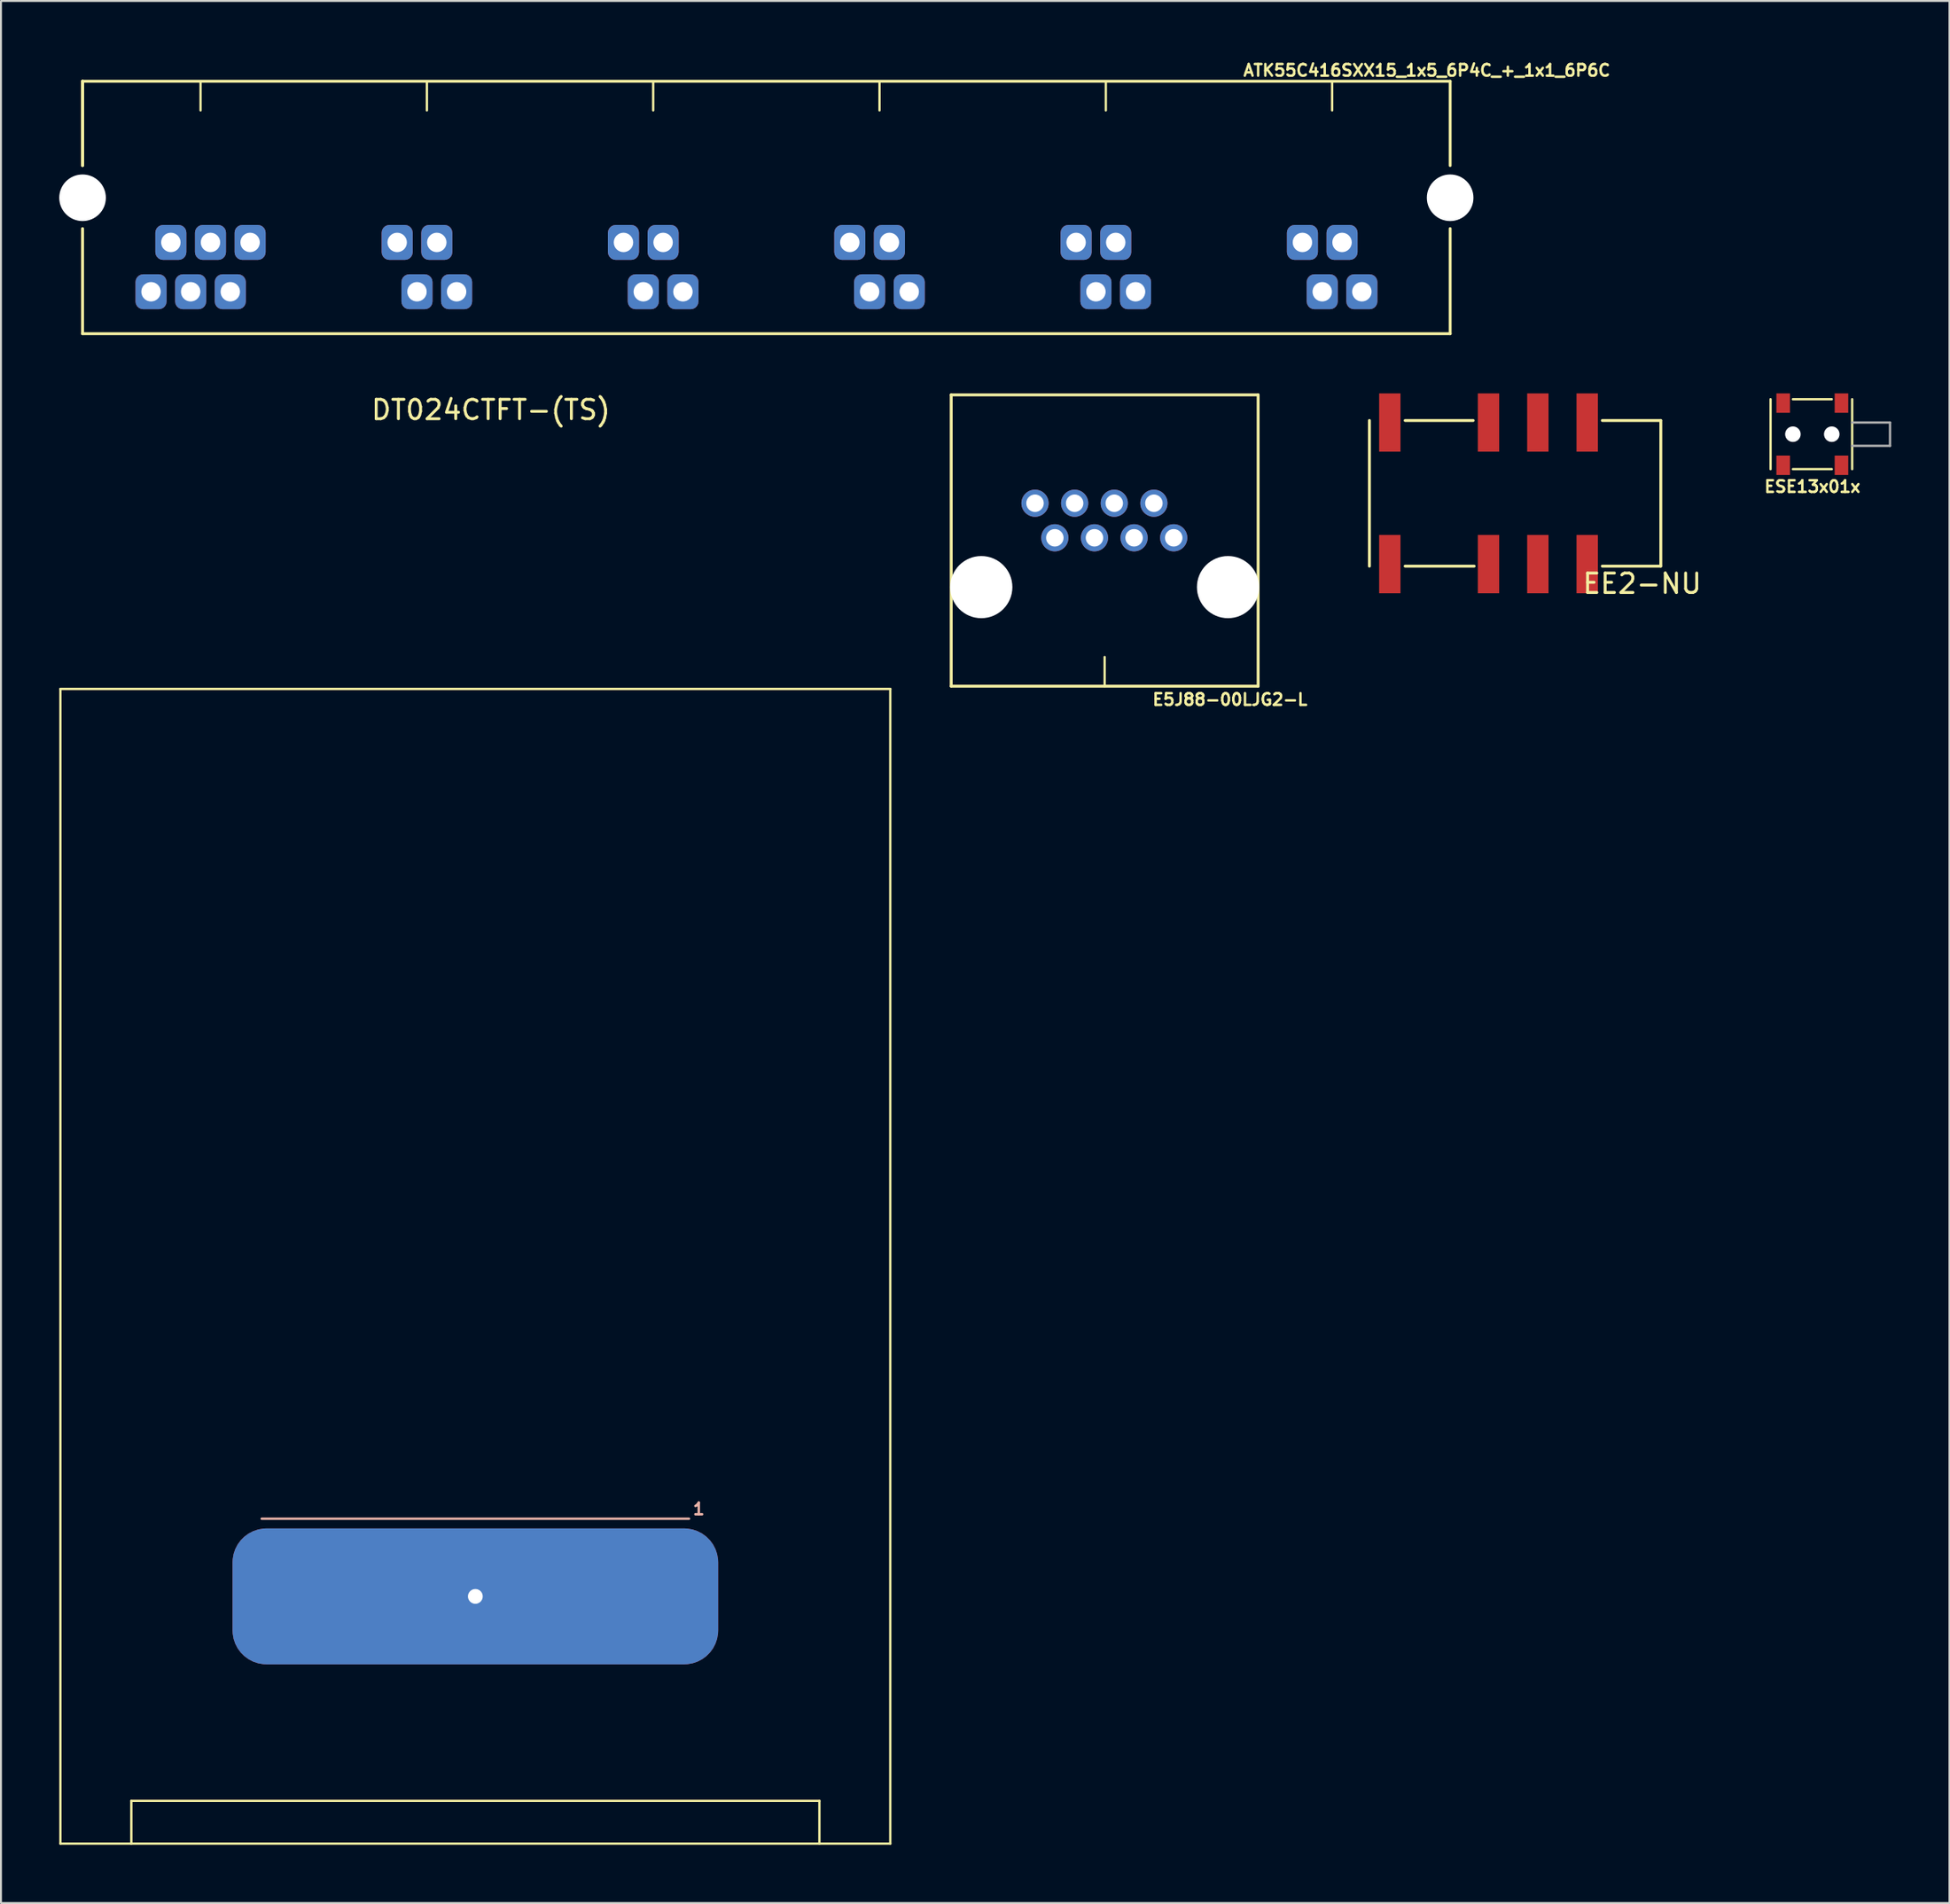
<source format=kicad_pcb>
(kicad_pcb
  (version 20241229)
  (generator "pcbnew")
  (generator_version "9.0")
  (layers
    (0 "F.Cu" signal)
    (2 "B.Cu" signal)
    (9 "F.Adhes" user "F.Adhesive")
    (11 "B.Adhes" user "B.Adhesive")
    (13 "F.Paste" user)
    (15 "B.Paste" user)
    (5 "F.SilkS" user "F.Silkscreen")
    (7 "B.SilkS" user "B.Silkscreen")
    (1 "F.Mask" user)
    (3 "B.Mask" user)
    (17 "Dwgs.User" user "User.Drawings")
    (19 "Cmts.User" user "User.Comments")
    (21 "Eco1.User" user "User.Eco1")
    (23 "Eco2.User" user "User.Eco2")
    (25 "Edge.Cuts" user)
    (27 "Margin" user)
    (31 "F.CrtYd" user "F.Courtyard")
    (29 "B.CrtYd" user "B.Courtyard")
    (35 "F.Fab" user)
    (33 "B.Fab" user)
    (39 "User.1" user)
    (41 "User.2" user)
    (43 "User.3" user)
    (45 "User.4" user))
  (footprint "ESE13x01x"
    (layer "F.Cu")
    (at 90.244 19.309)
    (property "Reference" "ESE13x01x" (at 0 2.7 0) (layer "F.SilkS") (effects (font (size 0.6 0.6) (thickness 0.127))))
    (attr through_hole)
    (fp_line (start -2.15 -1.8) (end -2.15 1.8) (stroke (width 0.12) (type solid)) (layer "F.SilkS"))
    (fp_line (start -1 -1.8) (end 1 -1.8) (stroke (width 0.12) (type solid)) (layer "F.SilkS"))
    (fp_line (start 1 1.8) (end -1 1.8) (stroke (width 0.12) (type solid)) (layer "F.SilkS"))
    (fp_line (start 2.05 1.8) (end 2.05 -1.8) (stroke (width 0.12) (type solid)) (layer "F.SilkS"))
    (fp_line (start 2.05 -0.6) (end 4 -0.6) (stroke (width 0.12) (type solid)) (layer "F.Fab"))
    (fp_line (start 4 -0.6) (end 4 0.6) (stroke (width 0.12) (type solid)) (layer "F.Fab"))
    (fp_line (start 4 0.6) (end 2.05 0.6) (stroke (width 0.12) (type solid)) (layer "F.Fab"))
    (pad "" np_thru_hole circle (at -1 0) (size 0.8 0.8) (drill 0.8) (layers "*.Cu" "*.Mask"))
    (pad "" np_thru_hole circle (at 1 0) (size 0.8 0.8) (drill 0.8) (layers "*.Cu" "*.Mask"))
    (pad "1" smd rect (at -1.5 -1.6) (size 0.7 1) (layers "F.Cu" "F.Mask" "F.Paste"))
    (pad "2" smd rect (at -1.5 1.6) (size 0.7 1) (layers "F.Cu" "F.Mask" "F.Paste"))
    (pad "3" smd rect (at 1.5 -1.6) (size 0.7 1) (layers "F.Cu" "F.Mask" "F.Paste"))
    (pad "4" smd rect (at 1.5 1.6) (size 0.7 1) (layers "F.Cu" "F.Mask" "F.Paste")))
  (footprint "EE2-NU"
    (layer "F.Cu")
    (at 75.534 22.354)
    (property "Reference" "EE2-NU" (at 5.95 4.65 0) (layer "F.SilkS") (effects (font (size 1 1) (thickness 0.15))))
    (attr through_hole)
    (fp_line (start -8.09 -3.75) (end -8.09 3.75) (stroke (width 0.15) (type solid)) (layer "F.SilkS"))
    (fp_line (start -6.25 -3.75) (end -2.75 -3.75) (stroke (width 0.15) (type solid)) (layer "F.SilkS"))
    (fp_line (start -6.25 3.75) (end -2.7 3.75) (stroke (width 0.15) (type solid)) (layer "F.SilkS"))
    (fp_line (start 6.9 -3.75) (end 3.9 -3.75) (stroke (width 0.15) (type solid)) (layer "F.SilkS"))
    (fp_line (start 6.9 3.75) (end 3.9 3.75) (stroke (width 0.15) (type solid)) (layer "F.SilkS"))
    (fp_line (start 6.91 3.75) (end 6.91 -3.75) (stroke (width 0.15) (type solid)) (layer "F.SilkS"))
    (pad "1" smd rect (at -7.04 -3.645) (size 1.1 3) (layers "F.Cu" "F.Mask" "F.Paste"))
    (pad "3" smd rect (at -1.96 -3.645) (size 1.1 3) (layers "F.Cu" "F.Mask" "F.Paste"))
    (pad "4" smd rect (at 0.58 -3.645) (size 1.1 3) (layers "F.Cu" "F.Mask" "F.Paste"))
    (pad "5" smd rect (at 3.12 -3.645) (size 1.1 3) (layers "F.Cu" "F.Mask" "F.Paste"))
    (pad "8" smd rect (at 3.12 3.645) (size 1.1 3) (layers "F.Cu" "F.Mask" "F.Paste"))
    (pad "9" smd rect (at 0.58 3.645) (size 1.1 3) (layers "F.Cu" "F.Mask" "F.Paste"))
    (pad "10" smd rect (at -1.96 3.645) (size 1.1 3) (layers "F.Cu" "F.Mask" "F.Paste"))
    (pad "12" smd rect (at -7.04 3.645) (size 1.1 3) (layers "F.Cu" "F.Mask" "F.Paste")))
  (footprint "E5J88-00LJG2-L"
    (layer "F.Cu")
    (at 53.815 27.184)
    (property "Reference" "E5J88-00LJG2-L" (at 6.452 5.791 0) (layer "F.SilkS") (effects (font (size 0.6 0.6) (thickness 0.127))))
    (attr through_hole)
    (fp_line (start -7.9 -9.9) (end 7.9 -9.9) (stroke (width 0.15) (type solid)) (layer "F.SilkS"))
    (fp_line (start -7.9 5.1) (end -7.9 -9.9) (stroke (width 0.15) (type solid)) (layer "F.SilkS"))
    (fp_line (start -7.9 5.1) (end 7.9 5.1) (stroke (width 0.15) (type solid)) (layer "F.SilkS"))
    (fp_line (start 0 5.1) (end 0 3.6) (stroke (width 0.12) (type solid)) (layer "F.SilkS"))
    (fp_line (start 7.9 -9.9) (end 7.9 5.1) (stroke (width 0.15) (type solid)) (layer "F.SilkS"))
    (pad "" np_thru_hole circle (at -6.35 0) (size 3.2 3.2) (drill 3.2) (layers "*.Cu" "*.Mask"))
    (pad "" np_thru_hole circle (at 6.35 0) (size 3.2 3.2) (drill 3.2) (layers "*.Cu" "*.Mask"))
    (pad "1" thru_hole circle (at 3.555 -2.54) (size 1.4 1.4) (drill 0.9) (layers "*.Cu" "*.Mask"))
    (pad "2" thru_hole circle (at 2.535 -4.32) (size 1.4 1.4) (drill 0.9) (layers "*.Cu" "*.Mask"))
    (pad "3" thru_hole circle (at 1.515 -2.54) (size 1.4 1.4) (drill 0.9) (layers "*.Cu" "*.Mask"))
    (pad "4" thru_hole circle (at 0.495 -4.32) (size 1.4 1.4) (drill 0.9) (layers "*.Cu" "*.Mask"))
    (pad "5" thru_hole circle (at -0.525 -2.54) (size 1.4 1.4) (drill 0.9) (layers "*.Cu" "*.Mask"))
    (pad "6" thru_hole circle (at -1.545 -4.32) (size 1.4 1.4) (drill 0.9) (layers "*.Cu" "*.Mask"))
    (pad "7" thru_hole circle (at -2.565 -2.54) (size 1.4 1.4) (drill 0.9) (layers "*.Cu" "*.Mask"))
    (pad "8" thru_hole circle (at -3.585 -4.32) (size 1.4 1.4) (drill 0.9) (layers "*.Cu" "*.Mask")))
  (footprint "DT024CTFT-(TS)"
    (layer "F.Cu")
    (at 21.42 62.157)
    (property "Reference" "DT024CTFT-(TS)" (at 0.8 -44.1 0) (layer "F.SilkS") (effects (font (size 1 1) (thickness 0.15))))
    (attr through_hole)
    (fp_line (start -21.36 -29.73) (end -21.36 29.73) (stroke (width 0.12) (type solid)) (layer "F.SilkS"))
    (fp_line (start -21.36 -29.73) (end 21.36 -29.73) (stroke (width 0.12) (type solid)) (layer "F.SilkS"))
    (fp_line (start -21.36 29.73) (end 21.36 29.73) (stroke (width 0.12) (type solid)) (layer "F.SilkS"))
    (fp_line (start -17.71 27.53) (end -17.71 29.73) (stroke (width 0.12) (type solid)) (layer "F.SilkS"))
    (fp_line (start 17.71 27.53) (end -17.71 27.53) (stroke (width 0.12) (type solid)) (layer "F.SilkS"))
    (fp_line (start 17.71 27.53) (end 17.71 29.73) (stroke (width 0.12) (type solid)) (layer "F.SilkS"))
    (fp_line (start 21.36 29.73) (end 21.36 -29.73) (stroke (width 0.12) (type solid)) (layer "F.SilkS"))
    (fp_line (start -11 13) (end 11 13) (stroke (width 0.12) (type solid)) (layer "B.SilkS"))
    (fp_text user "1" (at 11.5 12.5 0) (layer "B.SilkS") (effects (font (size 0.6 0.6) (thickness 0.127))))
    (pad "" np_thru_hole roundrect (at 0 17) (size 25 7) (drill 0.762) (layers "*.Cu" "*.Mask") (roundrect_rratio 0.25)))
  (footprint "ATK55C416SXX15_1x5_6P4C_+_1x1_6P6C"
    (layer "F.Cu")
    (at 36.4 11.974)
    (property "Reference" "ATK55C416SXX15_1x5_6P4C_+_1x1_6P6C" (at 34 -11.4 0) (layer "F.SilkS") (effects (font (size 0.6 0.6) (thickness 0.127))))
    (attr through_hole)
    (fp_line (start -35.2 -10.84) (end -35.2 -6.5) (stroke (width 0.15) (type solid)) (layer "F.SilkS"))
    (fp_line (start -35.2 -10.84) (end -35.2 -6.5) (stroke (width 0.15) (type solid)) (layer "F.SilkS"))
    (fp_line (start -35.2 -10.84) (end 35.2 -10.84) (stroke (width 0.15) (type solid)) (layer "F.SilkS"))
    (fp_line (start -35.2 2.16) (end -35.2 -3.25) (stroke (width 0.15) (type solid)) (layer "F.SilkS"))
    (fp_line (start -35.2 2.16) (end 35.2 2.16) (stroke (width 0.15) (type solid)) (layer "F.SilkS"))
    (fp_line (start -29.125 -10.84) (end -29.125 -9.34) (stroke (width 0.12) (type solid)) (layer "F.SilkS"))
    (fp_line (start -17.475 -10.84) (end -17.475 -9.34) (stroke (width 0.12) (type solid)) (layer "F.SilkS"))
    (fp_line (start -5.825 -10.84) (end -5.825 -9.34) (stroke (width 0.12) (type solid)) (layer "F.SilkS"))
    (fp_line (start 5.825 -10.84) (end 5.825 -9.34) (stroke (width 0.12) (type solid)) (layer "F.SilkS"))
    (fp_line (start 17.475 -10.84) (end 17.475 -9.34) (stroke (width 0.12) (type solid)) (layer "F.SilkS"))
    (fp_line (start 29.125 -10.84) (end 29.125 -9.34) (stroke (width 0.12) (type solid)) (layer "F.SilkS"))
    (fp_line (start 35.2 -10.84) (end 35.2 -6.5) (stroke (width 0.15) (type solid)) (layer "F.SilkS"))
    (fp_line (start 35.2 2.16) (end 35.2 -3.25) (stroke (width 0.15) (type solid)) (layer "F.SilkS"))
    (pad "" np_thru_hole circle (at -35.2 -4.84) (size 2.4 2.4) (drill 2.4) (layers "*.Cu" "*.Mask"))
    (pad "" np_thru_hole circle (at 35.2 -4.84) (size 2.4 2.4) (drill 2.4) (layers "*.Cu" "*.Mask"))
    (pad "1" thru_hole roundrect (at -31.675 0) (size 1.6 1.8) (drill 1) (layers "*.Cu" "*.Mask") (roundrect_rratio 0.25))
    (pad "2" thru_hole roundrect (at -30.655 -2.54) (size 1.6 1.8) (drill 1) (layers "*.Cu" "*.Mask") (roundrect_rratio 0.25))
    (pad "3" thru_hole roundrect (at -29.635 0) (size 1.6 1.8) (drill 1) (layers "*.Cu" "*.Mask") (roundrect_rratio 0.25))
    (pad "4" thru_hole roundrect (at -28.615 -2.54) (size 1.6 1.8) (drill 1) (layers "*.Cu" "*.Mask") (roundrect_rratio 0.25))
    (pad "5" thru_hole roundrect (at -27.595 0) (size 1.6 1.8) (drill 1) (layers "*.Cu" "*.Mask") (roundrect_rratio 0.25))
    (pad "6" thru_hole roundrect (at -26.575 -2.54) (size 1.6 1.8) (drill 1) (layers "*.Cu" "*.Mask") (roundrect_rratio 0.25))
    (pad "8" thru_hole roundrect (at -19.005 -2.54) (size 1.6 1.8) (drill 1) (layers "*.Cu" "*.Mask") (roundrect_rratio 0.25))
    (pad "9" thru_hole roundrect (at -17.985 0) (size 1.6 1.8) (drill 1) (layers "*.Cu" "*.Mask") (roundrect_rratio 0.25))
    (pad "10" thru_hole roundrect (at -16.965 -2.54) (size 1.6 1.8) (drill 1) (layers "*.Cu" "*.Mask") (roundrect_rratio 0.25))
    (pad "11" thru_hole roundrect (at -15.945 0) (size 1.6 1.8) (drill 1) (layers "*.Cu" "*.Mask") (roundrect_rratio 0.25))
    (pad "14" thru_hole roundrect (at -7.355 -2.54) (size 1.6 1.8) (drill 1) (layers "*.Cu" "*.Mask") (roundrect_rratio 0.25))
    (pad "15" thru_hole roundrect (at -6.335 0) (size 1.6 1.8) (drill 1) (layers "*.Cu" "*.Mask") (roundrect_rratio 0.25))
    (pad "16" thru_hole roundrect (at -5.315 -2.54) (size 1.6 1.8) (drill 1) (layers "*.Cu" "*.Mask") (roundrect_rratio 0.25))
    (pad "17" thru_hole roundrect (at -4.295 0) (size 1.6 1.8) (drill 1) (layers "*.Cu" "*.Mask") (roundrect_rratio 0.25))
    (pad "20" thru_hole roundrect (at 4.295 -2.54) (size 1.6 1.8) (drill 1) (layers "*.Cu" "*.Mask") (roundrect_rratio 0.25))
    (pad "21" thru_hole roundrect (at 5.315 0) (size 1.6 1.8) (drill 1) (layers "*.Cu" "*.Mask") (roundrect_rratio 0.25))
    (pad "22" thru_hole roundrect (at 6.335 -2.54) (size 1.6 1.8) (drill 1) (layers "*.Cu" "*.Mask") (roundrect_rratio 0.25))
    (pad "23" thru_hole roundrect (at 7.355 0) (size 1.6 1.8) (drill 1) (layers "*.Cu" "*.Mask") (roundrect_rratio 0.25))
    (pad "26" thru_hole roundrect (at 15.945 -2.54) (size 1.6 1.8) (drill 1) (layers "*.Cu" "*.Mask") (roundrect_rratio 0.25))
    (pad "27" thru_hole roundrect (at 16.965 0) (size 1.6 1.8) (drill 1) (layers "*.Cu" "*.Mask") (roundrect_rratio 0.25))
    (pad "28" thru_hole roundrect (at 17.985 -2.54) (size 1.6 1.8) (drill 1) (layers "*.Cu" "*.Mask") (roundrect_rratio 0.25))
    (pad "29" thru_hole roundrect (at 19.005 0) (size 1.6 1.8) (drill 1) (layers "*.Cu" "*.Mask") (roundrect_rratio 0.25))
    (pad "32" thru_hole roundrect (at 27.595 -2.54) (size 1.6 1.8) (drill 1) (layers "*.Cu" "*.Mask") (roundrect_rratio 0.25))
    (pad "33" thru_hole roundrect (at 28.615 0) (size 1.6 1.8) (drill 1) (layers "*.Cu" "*.Mask") (roundrect_rratio 0.25))
    (pad "34" thru_hole roundrect (at 29.635 -2.54) (size 1.6 1.8) (drill 1) (layers "*.Cu" "*.Mask") (roundrect_rratio 0.25))
    (pad "35" thru_hole roundrect (at 30.655 0) (size 1.6 1.8) (drill 1) (layers "*.Cu" "*.Mask") (roundrect_rratio 0.25)))
  (gr_rect
    (start -3 -3)
    (end 97.304 94.947)
    (stroke (width 0.1) (type default))
    (fill no)
    (layer "Edge.Cuts")))
</source>
